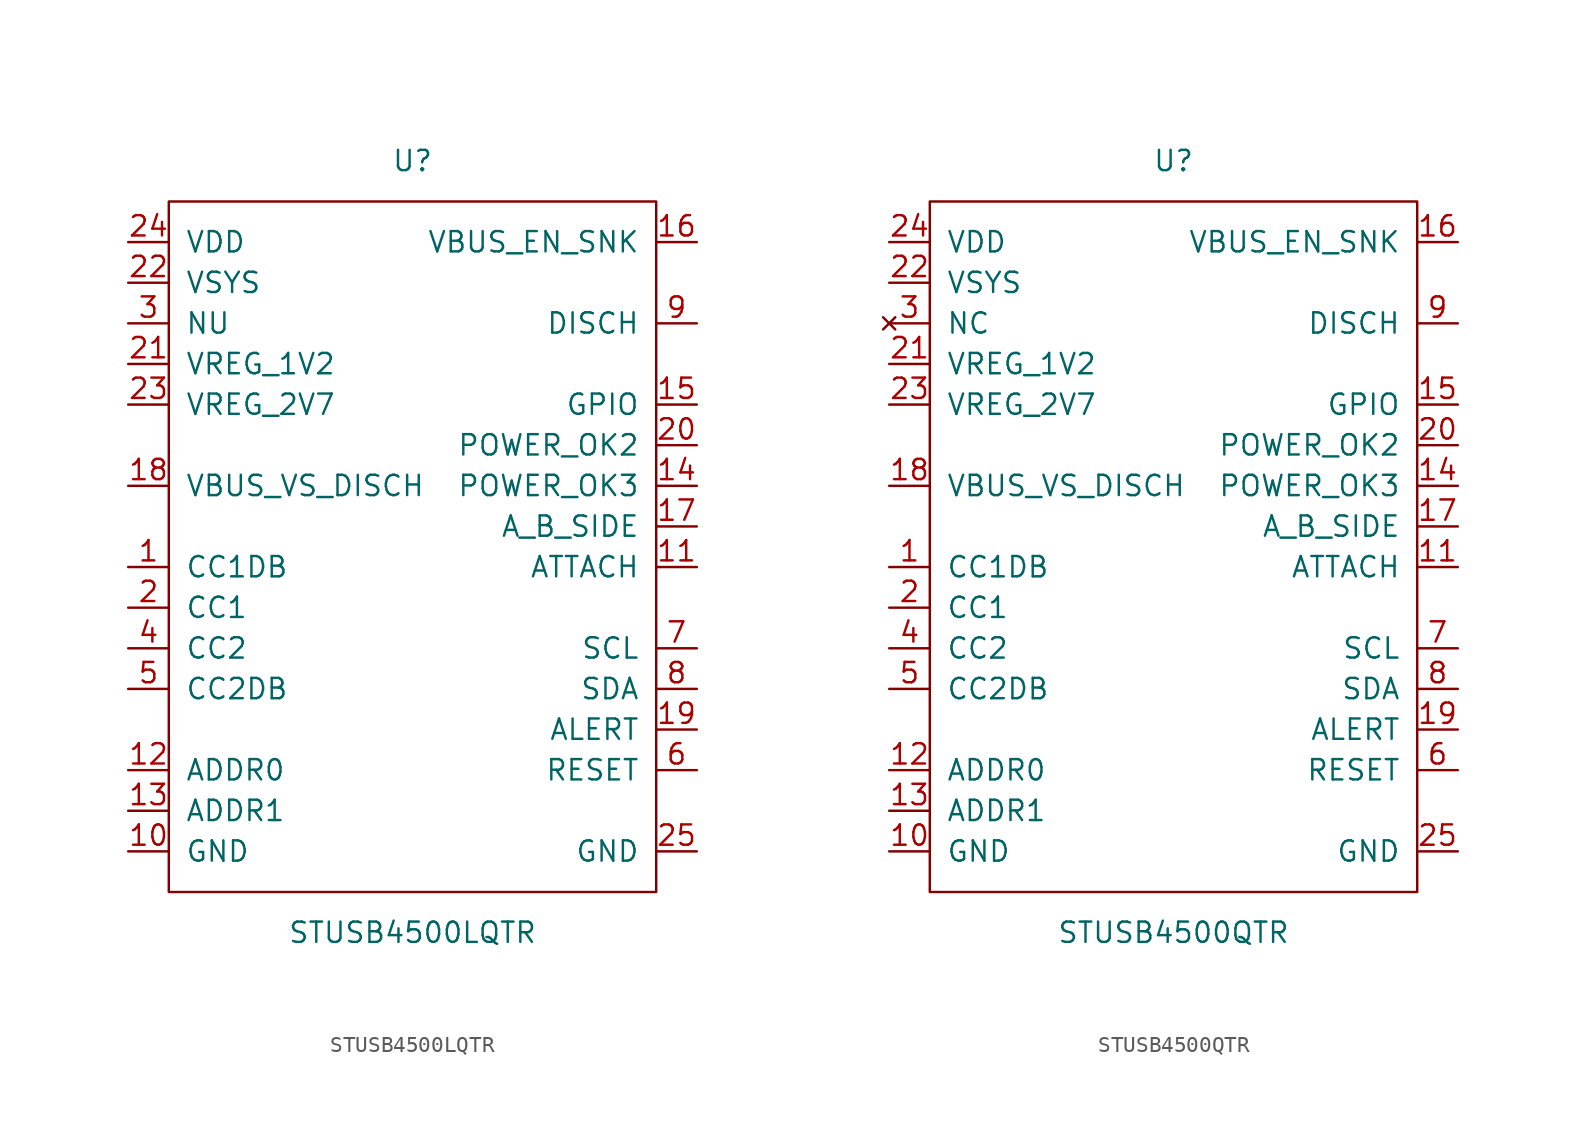
<source format=kicad_sym>
(kicad_symbol_lib
  (version 20201005)
  (generator kicad_symbol_editor)
  (symbol "STUSB4500LQTR"
    (pin_names
      (offset 1.016))
    (property "Reference" "U"
      (at 0 24.13 0)
      (effects (font (size 1.27 1.27))))
    (property "Value" "STUSB4500LQTR"
      (at 0 -24.13 0)
      (effects (font (size 1.27 1.27))))
    (symbol "STUSB4500LQTR_0_1"
      (rectangle (start -15.24 21.59) (end 15.24 -21.59) (stroke (width 0)) (fill (type none))))
    (symbol "STUSB4500LQTR_1_1"
      (pin bidirectional line (at -17.78 -1.27 0) (length 2.54) (name "CC1DB" (effects (font (size 1.27 1.27)))) (number "1" (effects (font (size 1.27 1.27)))))
      (pin power_in line (at -17.78 -19.05 0) (length 2.54) (name "GND" (effects (font (size 1.27 1.27)))) (number "10" (effects (font (size 1.27 1.27)))))
      (pin open_emitter line (at 17.78 -1.27 180) (length 2.54) (name "ATTACH" (effects (font (size 1.27 1.27)))) (number "11" (effects (font (size 1.27 1.27)))))
      (pin input line (at -17.78 -13.97 0) (length 2.54) (name "ADDR0" (effects (font (size 1.27 1.27)))) (number "12" (effects (font (size 1.27 1.27)))))
      (pin input line (at -17.78 -16.51 0) (length 2.54) (name "ADDR1" (effects (font (size 1.27 1.27)))) (number "13" (effects (font (size 1.27 1.27)))))
      (pin open_emitter line (at 17.78 3.81 180) (length 2.54) (name "POWER_OK3" (effects (font (size 1.27 1.27)))) (number "14" (effects (font (size 1.27 1.27)))))
      (pin open_emitter line (at 17.78 8.89 180) (length 2.54) (name "GPIO" (effects (font (size 1.27 1.27)))) (number "15" (effects (font (size 1.27 1.27)))))
      (pin open_emitter line (at 17.78 19.05 180) (length 2.54) (name "VBUS_EN_SNK" (effects (font (size 1.27 1.27)))) (number "16" (effects (font (size 1.27 1.27)))))
      (pin open_emitter line (at 17.78 1.27 180) (length 2.54) (name "A_B_SIDE" (effects (font (size 1.27 1.27)))) (number "17" (effects (font (size 1.27 1.27)))))
      (pin bidirectional line (at -17.78 3.81 0) (length 2.54) (name "VBUS_VS_DISCH" (effects (font (size 1.27 1.27)))) (number "18" (effects (font (size 1.27 1.27)))))
      (pin open_emitter line (at 17.78 -11.43 180) (length 2.54) (name "ALERT" (effects (font (size 1.27 1.27)))) (number "19" (effects (font (size 1.27 1.27)))))
      (pin bidirectional line (at -17.78 -3.81 0) (length 2.54) (name "CC1" (effects (font (size 1.27 1.27)))) (number "2" (effects (font (size 1.27 1.27)))))
      (pin open_emitter line (at 17.78 6.35 180) (length 2.54) (name "POWER_OK2" (effects (font (size 1.27 1.27)))) (number "20" (effects (font (size 1.27 1.27)))))
      (pin power_in line (at -17.78 11.43 0) (length 2.54) (name "VREG_1V2" (effects (font (size 1.27 1.27)))) (number "21" (effects (font (size 1.27 1.27)))))
      (pin input line (at -17.78 16.51 0) (length 2.54) (name "VSYS" (effects (font (size 1.27 1.27)))) (number "22" (effects (font (size 1.27 1.27)))))
      (pin power_in line (at -17.78 8.89 0) (length 2.54) (name "VREG_2V7" (effects (font (size 1.27 1.27)))) (number "23" (effects (font (size 1.27 1.27)))))
      (pin input line (at -17.78 19.05 0) (length 2.54) (name "VDD" (effects (font (size 1.27 1.27)))) (number "24" (effects (font (size 1.27 1.27)))))
      (pin power_in line (at 17.78 -19.05 180) (length 2.54) (name "GND" (effects (font (size 1.27 1.27)))) (number "25" (effects (font (size 1.27 1.27)))))
      (pin unspecified line (at -17.78 13.97 0) (length 2.54) (name "NU" (effects (font (size 1.27 1.27)))) (number "3" (effects (font (size 1.27 1.27)))))
      (pin bidirectional line (at -17.78 -6.35 0) (length 2.54) (name "CC2" (effects (font (size 1.27 1.27)))) (number "4" (effects (font (size 1.27 1.27)))))
      (pin bidirectional line (at -17.78 -8.89 0) (length 2.54) (name "CC2DB" (effects (font (size 1.27 1.27)))) (number "5" (effects (font (size 1.27 1.27)))))
      (pin input line (at 17.78 -13.97 180) (length 2.54) (name "RESET" (effects (font (size 1.27 1.27)))) (number "6" (effects (font (size 1.27 1.27)))))
      (pin input line (at 17.78 -6.35 180) (length 2.54) (name "SCL" (effects (font (size 1.27 1.27)))) (number "7" (effects (font (size 1.27 1.27)))))
      (pin input line (at 17.78 -8.89 180) (length 2.54) (name "SDA" (effects (font (size 1.27 1.27)))) (number "8" (effects (font (size 1.27 1.27)))))
      (pin open_emitter line (at 17.78 13.97 180) (length 2.54) (name "DISCH" (effects (font (size 1.27 1.27)))) (number "9" (effects (font (size 1.27 1.27)))))))
  (symbol "STUSB4500QTR"
    (pin_names
      (offset 1.016))
    (property "Reference" "U"
      (at 0 24.13 0)
      (effects (font (size 1.27 1.27))))
    (property "Value" "STUSB4500QTR"
      (at 0 -24.13 0)
      (effects (font (size 1.27 1.27))))
    (symbol "STUSB4500QTR_0_1"
      (rectangle (start -15.24 21.59) (end 15.24 -21.59) (stroke (width 0)) (fill (type none))))
    (symbol "STUSB4500QTR_1_1"
      (pin bidirectional line (at -17.78 -1.27 0) (length 2.54) (name "CC1DB" (effects (font (size 1.27 1.27)))) (number "1" (effects (font (size 1.27 1.27)))))
      (pin power_in line (at -17.78 -19.05 0) (length 2.54) (name "GND" (effects (font (size 1.27 1.27)))) (number "10" (effects (font (size 1.27 1.27)))))
      (pin open_emitter line (at 17.78 -1.27 180) (length 2.54) (name "ATTACH" (effects (font (size 1.27 1.27)))) (number "11" (effects (font (size 1.27 1.27)))))
      (pin input line (at -17.78 -13.97 0) (length 2.54) (name "ADDR0" (effects (font (size 1.27 1.27)))) (number "12" (effects (font (size 1.27 1.27)))))
      (pin input line (at -17.78 -16.51 0) (length 2.54) (name "ADDR1" (effects (font (size 1.27 1.27)))) (number "13" (effects (font (size 1.27 1.27)))))
      (pin open_emitter line (at 17.78 3.81 180) (length 2.54) (name "POWER_OK3" (effects (font (size 1.27 1.27)))) (number "14" (effects (font (size 1.27 1.27)))))
      (pin open_emitter line (at 17.78 8.89 180) (length 2.54) (name "GPIO" (effects (font (size 1.27 1.27)))) (number "15" (effects (font (size 1.27 1.27)))))
      (pin open_emitter line (at 17.78 19.05 180) (length 2.54) (name "VBUS_EN_SNK" (effects (font (size 1.27 1.27)))) (number "16" (effects (font (size 1.27 1.27)))))
      (pin open_emitter line (at 17.78 1.27 180) (length 2.54) (name "A_B_SIDE" (effects (font (size 1.27 1.27)))) (number "17" (effects (font (size 1.27 1.27)))))
      (pin bidirectional line (at -17.78 3.81 0) (length 2.54) (name "VBUS_VS_DISCH" (effects (font (size 1.27 1.27)))) (number "18" (effects (font (size 1.27 1.27)))))
      (pin open_emitter line (at 17.78 -11.43 180) (length 2.54) (name "ALERT" (effects (font (size 1.27 1.27)))) (number "19" (effects (font (size 1.27 1.27)))))
      (pin bidirectional line (at -17.78 -3.81 0) (length 2.54) (name "CC1" (effects (font (size 1.27 1.27)))) (number "2" (effects (font (size 1.27 1.27)))))
      (pin open_emitter line (at 17.78 6.35 180) (length 2.54) (name "POWER_OK2" (effects (font (size 1.27 1.27)))) (number "20" (effects (font (size 1.27 1.27)))))
      (pin power_in line (at -17.78 11.43 0) (length 2.54) (name "VREG_1V2" (effects (font (size 1.27 1.27)))) (number "21" (effects (font (size 1.27 1.27)))))
      (pin input line (at -17.78 16.51 0) (length 2.54) (name "VSYS" (effects (font (size 1.27 1.27)))) (number "22" (effects (font (size 1.27 1.27)))))
      (pin power_in line (at -17.78 8.89 0) (length 2.54) (name "VREG_2V7" (effects (font (size 1.27 1.27)))) (number "23" (effects (font (size 1.27 1.27)))))
      (pin input line (at -17.78 19.05 0) (length 2.54) (name "VDD" (effects (font (size 1.27 1.27)))) (number "24" (effects (font (size 1.27 1.27)))))
      (pin power_in line (at 17.78 -19.05 180) (length 2.54) (name "GND" (effects (font (size 1.27 1.27)))) (number "25" (effects (font (size 1.27 1.27)))))
      (pin unconnected line (at -17.78 13.97 0) (length 2.54) (name "NC" (effects (font (size 1.27 1.27)))) (number "3" (effects (font (size 1.27 1.27)))))
      (pin bidirectional line (at -17.78 -6.35 0) (length 2.54) (name "CC2" (effects (font (size 1.27 1.27)))) (number "4" (effects (font (size 1.27 1.27)))))
      (pin bidirectional line (at -17.78 -8.89 0) (length 2.54) (name "CC2DB" (effects (font (size 1.27 1.27)))) (number "5" (effects (font (size 1.27 1.27)))))
      (pin input line (at 17.78 -13.97 180) (length 2.54) (name "RESET" (effects (font (size 1.27 1.27)))) (number "6" (effects (font (size 1.27 1.27)))))
      (pin input line (at 17.78 -6.35 180) (length 2.54) (name "SCL" (effects (font (size 1.27 1.27)))) (number "7" (effects (font (size 1.27 1.27)))))
      (pin input line (at 17.78 -8.89 180) (length 2.54) (name "SDA" (effects (font (size 1.27 1.27)))) (number "8" (effects (font (size 1.27 1.27)))))
      (pin open_emitter line (at 17.78 13.97 180) (length 2.54) (name "DISCH" (effects (font (size 1.27 1.27)))) (number "9" (effects (font (size 1.27 1.27))))))))
</source>
